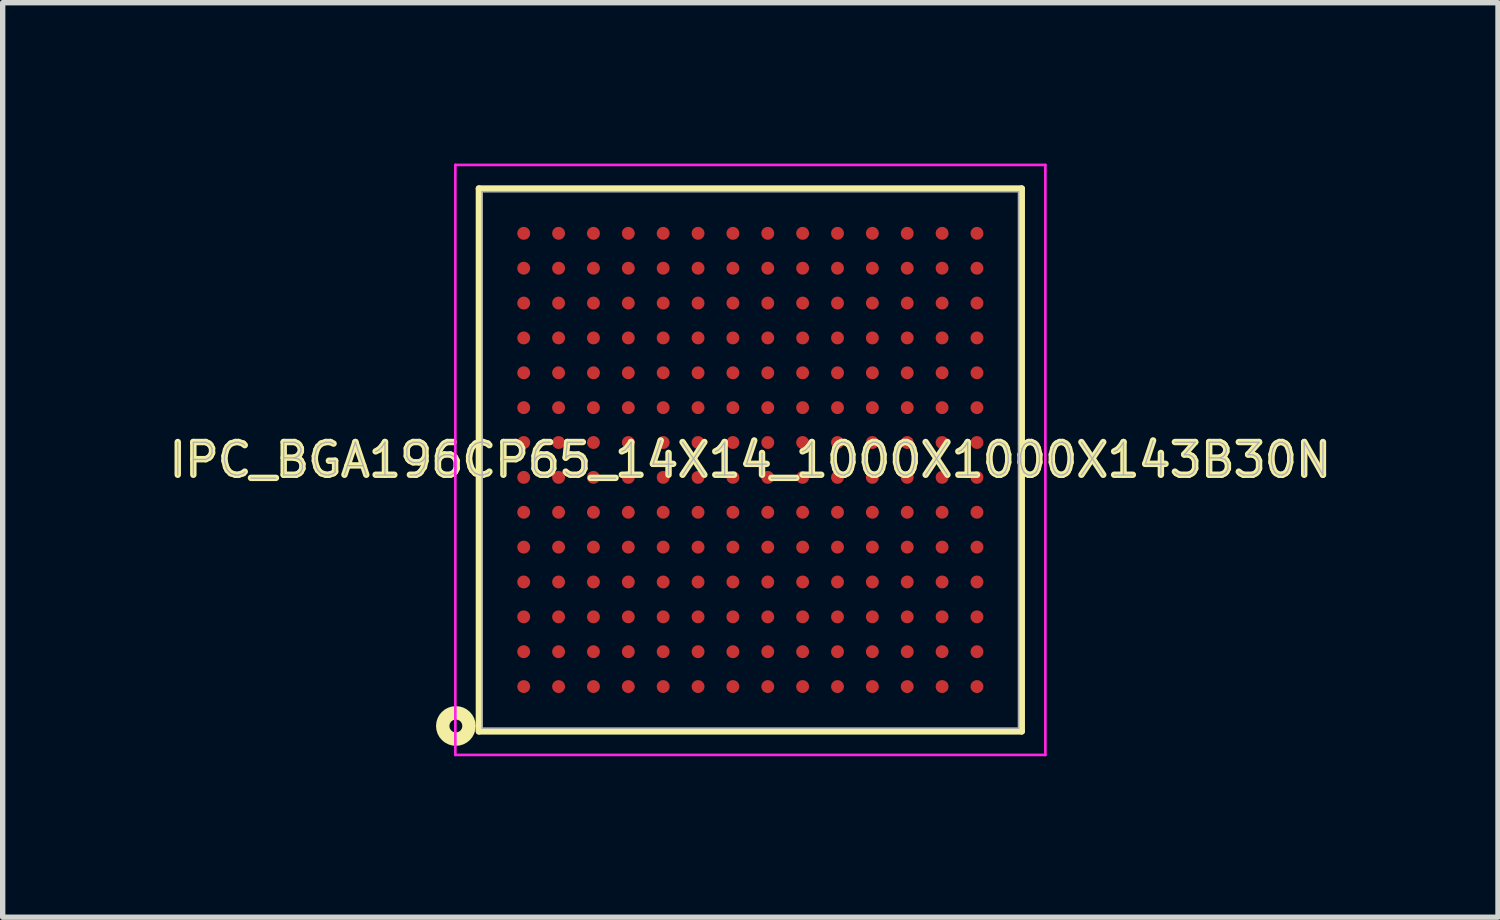
<source format=kicad_pcb>
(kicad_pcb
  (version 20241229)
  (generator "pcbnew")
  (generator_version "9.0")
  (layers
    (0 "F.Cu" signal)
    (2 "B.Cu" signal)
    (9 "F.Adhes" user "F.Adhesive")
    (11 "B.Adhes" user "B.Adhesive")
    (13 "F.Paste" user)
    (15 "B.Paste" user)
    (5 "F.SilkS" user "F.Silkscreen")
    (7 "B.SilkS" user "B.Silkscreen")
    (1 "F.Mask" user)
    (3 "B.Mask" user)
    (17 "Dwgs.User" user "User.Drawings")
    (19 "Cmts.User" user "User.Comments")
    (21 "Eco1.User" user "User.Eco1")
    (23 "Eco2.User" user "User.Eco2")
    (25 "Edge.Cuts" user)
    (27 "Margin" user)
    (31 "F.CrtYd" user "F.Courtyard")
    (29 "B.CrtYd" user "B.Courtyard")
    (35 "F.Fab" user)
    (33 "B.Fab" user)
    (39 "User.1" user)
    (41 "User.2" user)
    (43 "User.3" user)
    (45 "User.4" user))
  (footprint "IPC_BGA196CP65_14X14_1000X1000X143B30N"
    (layer "F.Cu")
    (at 10.939 5.525)
    (property "Reference" "IPC_BGA196CP65_14X14_1000X1000X143B30N" (at 0 0 0) (layer "F.SilkS") (effects (font (size 0.61 0.61) (thickness 0.12))))
    (attr smd)
    (fp_line (start -5.06 -5.06) (end -5.06 5.06) (stroke (width 0.12) (type solid)) (layer "F.SilkS"))
    (fp_line (start -5.06 5.06) (end 5.06 5.06) (stroke (width 0.12) (type solid)) (layer "F.SilkS"))
    (fp_line (start 5.06 -5.06) (end -5.06 -5.06) (stroke (width 0.12) (type solid)) (layer "F.SilkS"))
    (fp_line (start 5.06 5.06) (end 5.06 -5.06) (stroke (width 0.12) (type solid)) (layer "F.SilkS"))
    (fp_circle (center -5.49 4.96) (end -5.37 4.96) (stroke (width 0.25) (type solid)) (fill no) (layer "F.SilkS"))
    (fp_line (start -5.5 -5.5) (end 5.5 -5.5) (stroke (width 0.05) (type solid)) (layer "F.CrtYd"))
    (fp_line (start -5.5 5.5) (end -5.5 -5.5) (stroke (width 0.05) (type solid)) (layer "F.CrtYd"))
    (fp_line (start 5.5 -5.5) (end 5.5 5.5) (stroke (width 0.05) (type solid)) (layer "F.CrtYd"))
    (fp_line (start 5.5 5.5) (end -5.5 5.5) (stroke (width 0.05) (type solid)) (layer "F.CrtYd"))
    (fp_line (start -5 -5) (end 5 -5) (stroke (width 0.03) (type solid)) (layer "F.Fab"))
    (fp_line (start -5 5) (end -5 -5) (stroke (width 0.03) (type solid)) (layer "F.Fab"))
    (fp_line (start 5 -5) (end 5 5) (stroke (width 0.03) (type solid)) (layer "F.Fab"))
    (fp_line (start 5 5) (end -5 5) (stroke (width 0.03) (type solid)) (layer "F.Fab"))
    (fp_text user "${REFERENCE}" (at 0 0 0) (layer "F.Fab") (effects (font (size 0.61 0.61) (thickness 0.025))))
    (pad "A1" smd circle (at -4.225 4.225) (size 0.24 0.24) (layers "F.Cu" "F.Mask" "F.Paste"))
    (pad "A2" smd circle (at -4.225 3.575) (size 0.24 0.24) (layers "F.Cu" "F.Mask" "F.Paste"))
    (pad "A3" smd circle (at -4.225 2.925) (size 0.24 0.24) (layers "F.Cu" "F.Mask" "F.Paste"))
    (pad "A4" smd circle (at -4.225 2.275) (size 0.24 0.24) (layers "F.Cu" "F.Mask" "F.Paste"))
    (pad "A5" smd circle (at -4.225 1.625) (size 0.24 0.24) (layers "F.Cu" "F.Mask" "F.Paste"))
    (pad "A6" smd circle (at -4.225 0.975) (size 0.24 0.24) (layers "F.Cu" "F.Mask" "F.Paste"))
    (pad "A7" smd circle (at -4.225 0.325) (size 0.24 0.24) (layers "F.Cu" "F.Mask" "F.Paste"))
    (pad "A8" smd circle (at -4.225 -0.325) (size 0.24 0.24) (layers "F.Cu" "F.Mask" "F.Paste"))
    (pad "A9" smd circle (at -4.225 -0.975) (size 0.24 0.24) (layers "F.Cu" "F.Mask" "F.Paste"))
    (pad "A10" smd circle (at -4.225 -1.625) (size 0.24 0.24) (layers "F.Cu" "F.Mask" "F.Paste"))
    (pad "A11" smd circle (at -4.225 -2.275) (size 0.24 0.24) (layers "F.Cu" "F.Mask" "F.Paste"))
    (pad "A12" smd circle (at -4.225 -2.925) (size 0.24 0.24) (layers "F.Cu" "F.Mask" "F.Paste"))
    (pad "A13" smd circle (at -4.225 -3.575) (size 0.24 0.24) (layers "F.Cu" "F.Mask" "F.Paste"))
    (pad "A14" smd circle (at -4.225 -4.225) (size 0.24 0.24) (layers "F.Cu" "F.Mask" "F.Paste"))
    (pad "B1" smd circle (at -3.575 4.225) (size 0.24 0.24) (layers "F.Cu" "F.Mask" "F.Paste"))
    (pad "B2" smd circle (at -3.575 3.575) (size 0.24 0.24) (layers "F.Cu" "F.Mask" "F.Paste"))
    (pad "B3" smd circle (at -3.575 2.925) (size 0.24 0.24) (layers "F.Cu" "F.Mask" "F.Paste"))
    (pad "B4" smd circle (at -3.575 2.275) (size 0.24 0.24) (layers "F.Cu" "F.Mask" "F.Paste"))
    (pad "B5" smd circle (at -3.575 1.625) (size 0.24 0.24) (layers "F.Cu" "F.Mask" "F.Paste"))
    (pad "B6" smd circle (at -3.575 0.975) (size 0.24 0.24) (layers "F.Cu" "F.Mask" "F.Paste"))
    (pad "B7" smd circle (at -3.575 0.325) (size 0.24 0.24) (layers "F.Cu" "F.Mask" "F.Paste"))
    (pad "B8" smd circle (at -3.575 -0.325) (size 0.24 0.24) (layers "F.Cu" "F.Mask" "F.Paste"))
    (pad "B9" smd circle (at -3.575 -0.975) (size 0.24 0.24) (layers "F.Cu" "F.Mask" "F.Paste"))
    (pad "B10" smd circle (at -3.575 -1.625) (size 0.24 0.24) (layers "F.Cu" "F.Mask" "F.Paste"))
    (pad "B11" smd circle (at -3.575 -2.275) (size 0.24 0.24) (layers "F.Cu" "F.Mask" "F.Paste"))
    (pad "B12" smd circle (at -3.575 -2.925) (size 0.24 0.24) (layers "F.Cu" "F.Mask" "F.Paste"))
    (pad "B13" smd circle (at -3.575 -3.575) (size 0.24 0.24) (layers "F.Cu" "F.Mask" "F.Paste"))
    (pad "B14" smd circle (at -3.575 -4.225) (size 0.24 0.24) (layers "F.Cu" "F.Mask" "F.Paste"))
    (pad "C1" smd circle (at -2.925 4.225) (size 0.24 0.24) (layers "F.Cu" "F.Mask" "F.Paste"))
    (pad "C2" smd circle (at -2.925 3.575) (size 0.24 0.24) (layers "F.Cu" "F.Mask" "F.Paste"))
    (pad "C3" smd circle (at -2.925 2.925) (size 0.24 0.24) (layers "F.Cu" "F.Mask" "F.Paste"))
    (pad "C4" smd circle (at -2.925 2.275) (size 0.24 0.24) (layers "F.Cu" "F.Mask" "F.Paste"))
    (pad "C5" smd circle (at -2.925 1.625) (size 0.24 0.24) (layers "F.Cu" "F.Mask" "F.Paste"))
    (pad "C6" smd circle (at -2.925 0.975) (size 0.24 0.24) (layers "F.Cu" "F.Mask" "F.Paste"))
    (pad "C7" smd circle (at -2.925 0.325) (size 0.24 0.24) (layers "F.Cu" "F.Mask" "F.Paste"))
    (pad "C8" smd circle (at -2.925 -0.325) (size 0.24 0.24) (layers "F.Cu" "F.Mask" "F.Paste"))
    (pad "C9" smd circle (at -2.925 -0.975) (size 0.24 0.24) (layers "F.Cu" "F.Mask" "F.Paste"))
    (pad "C10" smd circle (at -2.925 -1.625) (size 0.24 0.24) (layers "F.Cu" "F.Mask" "F.Paste"))
    (pad "C11" smd circle (at -2.925 -2.275) (size 0.24 0.24) (layers "F.Cu" "F.Mask" "F.Paste"))
    (pad "C12" smd circle (at -2.925 -2.925) (size 0.24 0.24) (layers "F.Cu" "F.Mask" "F.Paste"))
    (pad "C13" smd circle (at -2.925 -3.575) (size 0.24 0.24) (layers "F.Cu" "F.Mask" "F.Paste"))
    (pad "C14" smd circle (at -2.925 -4.225) (size 0.24 0.24) (layers "F.Cu" "F.Mask" "F.Paste"))
    (pad "D1" smd circle (at -2.275 4.225) (size 0.24 0.24) (layers "F.Cu" "F.Mask" "F.Paste"))
    (pad "D2" smd circle (at -2.275 3.575) (size 0.24 0.24) (layers "F.Cu" "F.Mask" "F.Paste"))
    (pad "D3" smd circle (at -2.275 2.925) (size 0.24 0.24) (layers "F.Cu" "F.Mask" "F.Paste"))
    (pad "D4" smd circle (at -2.275 2.275) (size 0.24 0.24) (layers "F.Cu" "F.Mask" "F.Paste"))
    (pad "D5" smd circle (at -2.275 1.625) (size 0.24 0.24) (layers "F.Cu" "F.Mask" "F.Paste"))
    (pad "D6" smd circle (at -2.275 0.975) (size 0.24 0.24) (layers "F.Cu" "F.Mask" "F.Paste"))
    (pad "D7" smd circle (at -2.275 0.325) (size 0.24 0.24) (layers "F.Cu" "F.Mask" "F.Paste"))
    (pad "D8" smd circle (at -2.275 -0.325) (size 0.24 0.24) (layers "F.Cu" "F.Mask" "F.Paste"))
    (pad "D9" smd circle (at -2.275 -0.975) (size 0.24 0.24) (layers "F.Cu" "F.Mask" "F.Paste"))
    (pad "D10" smd circle (at -2.275 -1.625) (size 0.24 0.24) (layers "F.Cu" "F.Mask" "F.Paste"))
    (pad "D11" smd circle (at -2.275 -2.275) (size 0.24 0.24) (layers "F.Cu" "F.Mask" "F.Paste"))
    (pad "D12" smd circle (at -2.275 -2.925) (size 0.24 0.24) (layers "F.Cu" "F.Mask" "F.Paste"))
    (pad "D13" smd circle (at -2.275 -3.575) (size 0.24 0.24) (layers "F.Cu" "F.Mask" "F.Paste"))
    (pad "D14" smd circle (at -2.275 -4.225) (size 0.24 0.24) (layers "F.Cu" "F.Mask" "F.Paste"))
    (pad "E1" smd circle (at -1.625 4.225) (size 0.24 0.24) (layers "F.Cu" "F.Mask" "F.Paste"))
    (pad "E2" smd circle (at -1.625 3.575) (size 0.24 0.24) (layers "F.Cu" "F.Mask" "F.Paste"))
    (pad "E3" smd circle (at -1.625 2.925) (size 0.24 0.24) (layers "F.Cu" "F.Mask" "F.Paste"))
    (pad "E4" smd circle (at -1.625 2.275) (size 0.24 0.24) (layers "F.Cu" "F.Mask" "F.Paste"))
    (pad "E5" smd circle (at -1.625 1.625) (size 0.24 0.24) (layers "F.Cu" "F.Mask" "F.Paste"))
    (pad "E6" smd circle (at -1.625 0.975) (size 0.24 0.24) (layers "F.Cu" "F.Mask" "F.Paste"))
    (pad "E7" smd circle (at -1.625 0.325) (size 0.24 0.24) (layers "F.Cu" "F.Mask" "F.Paste"))
    (pad "E8" smd circle (at -1.625 -0.325) (size 0.24 0.24) (layers "F.Cu" "F.Mask" "F.Paste"))
    (pad "E9" smd circle (at -1.625 -0.975) (size 0.24 0.24) (layers "F.Cu" "F.Mask" "F.Paste"))
    (pad "E10" smd circle (at -1.625 -1.625) (size 0.24 0.24) (layers "F.Cu" "F.Mask" "F.Paste"))
    (pad "E11" smd circle (at -1.625 -2.275) (size 0.24 0.24) (layers "F.Cu" "F.Mask" "F.Paste"))
    (pad "E12" smd circle (at -1.625 -2.925) (size 0.24 0.24) (layers "F.Cu" "F.Mask" "F.Paste"))
    (pad "E13" smd circle (at -1.625 -3.575) (size 0.24 0.24) (layers "F.Cu" "F.Mask" "F.Paste"))
    (pad "E14" smd circle (at -1.625 -4.225) (size 0.24 0.24) (layers "F.Cu" "F.Mask" "F.Paste"))
    (pad "F1" smd circle (at -0.975 4.225) (size 0.24 0.24) (layers "F.Cu" "F.Mask" "F.Paste"))
    (pad "F2" smd circle (at -0.975 3.575) (size 0.24 0.24) (layers "F.Cu" "F.Mask" "F.Paste"))
    (pad "F3" smd circle (at -0.975 2.925) (size 0.24 0.24) (layers "F.Cu" "F.Mask" "F.Paste"))
    (pad "F4" smd circle (at -0.975 2.275) (size 0.24 0.24) (layers "F.Cu" "F.Mask" "F.Paste"))
    (pad "F5" smd circle (at -0.975 1.625) (size 0.24 0.24) (layers "F.Cu" "F.Mask" "F.Paste"))
    (pad "F6" smd circle (at -0.975 0.975) (size 0.24 0.24) (layers "F.Cu" "F.Mask" "F.Paste"))
    (pad "F7" smd circle (at -0.975 0.325) (size 0.24 0.24) (layers "F.Cu" "F.Mask" "F.Paste"))
    (pad "F8" smd circle (at -0.975 -0.325) (size 0.24 0.24) (layers "F.Cu" "F.Mask" "F.Paste"))
    (pad "F9" smd circle (at -0.975 -0.975) (size 0.24 0.24) (layers "F.Cu" "F.Mask" "F.Paste"))
    (pad "F10" smd circle (at -0.975 -1.625) (size 0.24 0.24) (layers "F.Cu" "F.Mask" "F.Paste"))
    (pad "F11" smd circle (at -0.975 -2.275) (size 0.24 0.24) (layers "F.Cu" "F.Mask" "F.Paste"))
    (pad "F12" smd circle (at -0.975 -2.925) (size 0.24 0.24) (layers "F.Cu" "F.Mask" "F.Paste"))
    (pad "F13" smd circle (at -0.975 -3.575) (size 0.24 0.24) (layers "F.Cu" "F.Mask" "F.Paste"))
    (pad "F14" smd circle (at -0.975 -4.225) (size 0.24 0.24) (layers "F.Cu" "F.Mask" "F.Paste"))
    (pad "G1" smd circle (at -0.325 4.225) (size 0.24 0.24) (layers "F.Cu" "F.Mask" "F.Paste"))
    (pad "G2" smd circle (at -0.325 3.575) (size 0.24 0.24) (layers "F.Cu" "F.Mask" "F.Paste"))
    (pad "G3" smd circle (at -0.325 2.925) (size 0.24 0.24) (layers "F.Cu" "F.Mask" "F.Paste"))
    (pad "G4" smd circle (at -0.325 2.275) (size 0.24 0.24) (layers "F.Cu" "F.Mask" "F.Paste"))
    (pad "G5" smd circle (at -0.325 1.625) (size 0.24 0.24) (layers "F.Cu" "F.Mask" "F.Paste"))
    (pad "G6" smd circle (at -0.325 0.975) (size 0.24 0.24) (layers "F.Cu" "F.Mask" "F.Paste"))
    (pad "G7" smd circle (at -0.325 0.325) (size 0.24 0.24) (layers "F.Cu" "F.Mask" "F.Paste"))
    (pad "G8" smd circle (at -0.325 -0.325) (size 0.24 0.24) (layers "F.Cu" "F.Mask" "F.Paste"))
    (pad "G9" smd circle (at -0.325 -0.975) (size 0.24 0.24) (layers "F.Cu" "F.Mask" "F.Paste"))
    (pad "G10" smd circle (at -0.325 -1.625) (size 0.24 0.24) (layers "F.Cu" "F.Mask" "F.Paste"))
    (pad "G11" smd circle (at -0.325 -2.275) (size 0.24 0.24) (layers "F.Cu" "F.Mask" "F.Paste"))
    (pad "G12" smd circle (at -0.325 -2.925) (size 0.24 0.24) (layers "F.Cu" "F.Mask" "F.Paste"))
    (pad "G13" smd circle (at -0.325 -3.575) (size 0.24 0.24) (layers "F.Cu" "F.Mask" "F.Paste"))
    (pad "G14" smd circle (at -0.325 -4.225) (size 0.24 0.24) (layers "F.Cu" "F.Mask" "F.Paste"))
    (pad "H1" smd circle (at 0.325 4.225) (size 0.24 0.24) (layers "F.Cu" "F.Mask" "F.Paste"))
    (pad "H2" smd circle (at 0.325 3.575) (size 0.24 0.24) (layers "F.Cu" "F.Mask" "F.Paste"))
    (pad "H3" smd circle (at 0.325 2.925) (size 0.24 0.24) (layers "F.Cu" "F.Mask" "F.Paste"))
    (pad "H4" smd circle (at 0.325 2.275) (size 0.24 0.24) (layers "F.Cu" "F.Mask" "F.Paste"))
    (pad "H5" smd circle (at 0.325 1.625) (size 0.24 0.24) (layers "F.Cu" "F.Mask" "F.Paste"))
    (pad "H6" smd circle (at 0.325 0.975) (size 0.24 0.24) (layers "F.Cu" "F.Mask" "F.Paste"))
    (pad "H7" smd circle (at 0.325 0.325) (size 0.24 0.24) (layers "F.Cu" "F.Mask" "F.Paste"))
    (pad "H8" smd circle (at 0.325 -0.325) (size 0.24 0.24) (layers "F.Cu" "F.Mask" "F.Paste"))
    (pad "H9" smd circle (at 0.325 -0.975) (size 0.24 0.24) (layers "F.Cu" "F.Mask" "F.Paste"))
    (pad "H10" smd circle (at 0.325 -1.625) (size 0.24 0.24) (layers "F.Cu" "F.Mask" "F.Paste"))
    (pad "H11" smd circle (at 0.325 -2.275) (size 0.24 0.24) (layers "F.Cu" "F.Mask" "F.Paste"))
    (pad "H12" smd circle (at 0.325 -2.925) (size 0.24 0.24) (layers "F.Cu" "F.Mask" "F.Paste"))
    (pad "H13" smd circle (at 0.325 -3.575) (size 0.24 0.24) (layers "F.Cu" "F.Mask" "F.Paste"))
    (pad "H14" smd circle (at 0.325 -4.225) (size 0.24 0.24) (layers "F.Cu" "F.Mask" "F.Paste"))
    (pad "J1" smd circle (at 0.975 4.225) (size 0.24 0.24) (layers "F.Cu" "F.Mask" "F.Paste"))
    (pad "J2" smd circle (at 0.975 3.575) (size 0.24 0.24) (layers "F.Cu" "F.Mask" "F.Paste"))
    (pad "J3" smd circle (at 0.975 2.925) (size 0.24 0.24) (layers "F.Cu" "F.Mask" "F.Paste"))
    (pad "J4" smd circle (at 0.975 2.275) (size 0.24 0.24) (layers "F.Cu" "F.Mask" "F.Paste"))
    (pad "J5" smd circle (at 0.975 1.625) (size 0.24 0.24) (layers "F.Cu" "F.Mask" "F.Paste"))
    (pad "J6" smd circle (at 0.975 0.975) (size 0.24 0.24) (layers "F.Cu" "F.Mask" "F.Paste"))
    (pad "J7" smd circle (at 0.975 0.325) (size 0.24 0.24) (layers "F.Cu" "F.Mask" "F.Paste"))
    (pad "J8" smd circle (at 0.975 -0.325) (size 0.24 0.24) (layers "F.Cu" "F.Mask" "F.Paste"))
    (pad "J9" smd circle (at 0.975 -0.975) (size 0.24 0.24) (layers "F.Cu" "F.Mask" "F.Paste"))
    (pad "J10" smd circle (at 0.975 -1.625) (size 0.24 0.24) (layers "F.Cu" "F.Mask" "F.Paste"))
    (pad "J11" smd circle (at 0.975 -2.275) (size 0.24 0.24) (layers "F.Cu" "F.Mask" "F.Paste"))
    (pad "J12" smd circle (at 0.975 -2.925) (size 0.24 0.24) (layers "F.Cu" "F.Mask" "F.Paste"))
    (pad "J13" smd circle (at 0.975 -3.575) (size 0.24 0.24) (layers "F.Cu" "F.Mask" "F.Paste"))
    (pad "J14" smd circle (at 0.975 -4.225) (size 0.24 0.24) (layers "F.Cu" "F.Mask" "F.Paste"))
    (pad "K1" smd circle (at 1.625 4.225) (size 0.24 0.24) (layers "F.Cu" "F.Mask" "F.Paste"))
    (pad "K2" smd circle (at 1.625 3.575) (size 0.24 0.24) (layers "F.Cu" "F.Mask" "F.Paste"))
    (pad "K3" smd circle (at 1.625 2.925) (size 0.24 0.24) (layers "F.Cu" "F.Mask" "F.Paste"))
    (pad "K4" smd circle (at 1.625 2.275) (size 0.24 0.24) (layers "F.Cu" "F.Mask" "F.Paste"))
    (pad "K5" smd circle (at 1.625 1.625) (size 0.24 0.24) (layers "F.Cu" "F.Mask" "F.Paste"))
    (pad "K6" smd circle (at 1.625 0.975) (size 0.24 0.24) (layers "F.Cu" "F.Mask" "F.Paste"))
    (pad "K7" smd circle (at 1.625 0.325) (size 0.24 0.24) (layers "F.Cu" "F.Mask" "F.Paste"))
    (pad "K8" smd circle (at 1.625 -0.325) (size 0.24 0.24) (layers "F.Cu" "F.Mask" "F.Paste"))
    (pad "K9" smd circle (at 1.625 -0.975) (size 0.24 0.24) (layers "F.Cu" "F.Mask" "F.Paste"))
    (pad "K10" smd circle (at 1.625 -1.625) (size 0.24 0.24) (layers "F.Cu" "F.Mask" "F.Paste"))
    (pad "K11" smd circle (at 1.625 -2.275) (size 0.24 0.24) (layers "F.Cu" "F.Mask" "F.Paste"))
    (pad "K12" smd circle (at 1.625 -2.925) (size 0.24 0.24) (layers "F.Cu" "F.Mask" "F.Paste"))
    (pad "K13" smd circle (at 1.625 -3.575) (size 0.24 0.24) (layers "F.Cu" "F.Mask" "F.Paste"))
    (pad "K14" smd circle (at 1.625 -4.225) (size 0.24 0.24) (layers "F.Cu" "F.Mask" "F.Paste"))
    (pad "L1" smd circle (at 2.275 4.225) (size 0.24 0.24) (layers "F.Cu" "F.Mask" "F.Paste"))
    (pad "L2" smd circle (at 2.275 3.575) (size 0.24 0.24) (layers "F.Cu" "F.Mask" "F.Paste"))
    (pad "L3" smd circle (at 2.275 2.925) (size 0.24 0.24) (layers "F.Cu" "F.Mask" "F.Paste"))
    (pad "L4" smd circle (at 2.275 2.275) (size 0.24 0.24) (layers "F.Cu" "F.Mask" "F.Paste"))
    (pad "L5" smd circle (at 2.275 1.625) (size 0.24 0.24) (layers "F.Cu" "F.Mask" "F.Paste"))
    (pad "L6" smd circle (at 2.275 0.975) (size 0.24 0.24) (layers "F.Cu" "F.Mask" "F.Paste"))
    (pad "L7" smd circle (at 2.275 0.325) (size 0.24 0.24) (layers "F.Cu" "F.Mask" "F.Paste"))
    (pad "L8" smd circle (at 2.275 -0.325) (size 0.24 0.24) (layers "F.Cu" "F.Mask" "F.Paste"))
    (pad "L9" smd circle (at 2.275 -0.975) (size 0.24 0.24) (layers "F.Cu" "F.Mask" "F.Paste"))
    (pad "L10" smd circle (at 2.275 -1.625) (size 0.24 0.24) (layers "F.Cu" "F.Mask" "F.Paste"))
    (pad "L11" smd circle (at 2.275 -2.275) (size 0.24 0.24) (layers "F.Cu" "F.Mask" "F.Paste"))
    (pad "L12" smd circle (at 2.275 -2.925) (size 0.24 0.24) (layers "F.Cu" "F.Mask" "F.Paste"))
    (pad "L13" smd circle (at 2.275 -3.575) (size 0.24 0.24) (layers "F.Cu" "F.Mask" "F.Paste"))
    (pad "L14" smd circle (at 2.275 -4.225) (size 0.24 0.24) (layers "F.Cu" "F.Mask" "F.Paste"))
    (pad "M1" smd circle (at 2.925 4.225) (size 0.24 0.24) (layers "F.Cu" "F.Mask" "F.Paste"))
    (pad "M2" smd circle (at 2.925 3.575) (size 0.24 0.24) (layers "F.Cu" "F.Mask" "F.Paste"))
    (pad "M3" smd circle (at 2.925 2.925) (size 0.24 0.24) (layers "F.Cu" "F.Mask" "F.Paste"))
    (pad "M4" smd circle (at 2.925 2.275) (size 0.24 0.24) (layers "F.Cu" "F.Mask" "F.Paste"))
    (pad "M5" smd circle (at 2.925 1.625) (size 0.24 0.24) (layers "F.Cu" "F.Mask" "F.Paste"))
    (pad "M6" smd circle (at 2.925 0.975) (size 0.24 0.24) (layers "F.Cu" "F.Mask" "F.Paste"))
    (pad "M7" smd circle (at 2.925 0.325) (size 0.24 0.24) (layers "F.Cu" "F.Mask" "F.Paste"))
    (pad "M8" smd circle (at 2.925 -0.325) (size 0.24 0.24) (layers "F.Cu" "F.Mask" "F.Paste"))
    (pad "M9" smd circle (at 2.925 -0.975) (size 0.24 0.24) (layers "F.Cu" "F.Mask" "F.Paste"))
    (pad "M10" smd circle (at 2.925 -1.625) (size 0.24 0.24) (layers "F.Cu" "F.Mask" "F.Paste"))
    (pad "M11" smd circle (at 2.925 -2.275) (size 0.24 0.24) (layers "F.Cu" "F.Mask" "F.Paste"))
    (pad "M12" smd circle (at 2.925 -2.925) (size 0.24 0.24) (layers "F.Cu" "F.Mask" "F.Paste"))
    (pad "M13" smd circle (at 2.925 -3.575) (size 0.24 0.24) (layers "F.Cu" "F.Mask" "F.Paste"))
    (pad "M14" smd circle (at 2.925 -4.225) (size 0.24 0.24) (layers "F.Cu" "F.Mask" "F.Paste"))
    (pad "N1" smd circle (at 3.575 4.225) (size 0.24 0.24) (layers "F.Cu" "F.Mask" "F.Paste"))
    (pad "N2" smd circle (at 3.575 3.575) (size 0.24 0.24) (layers "F.Cu" "F.Mask" "F.Paste"))
    (pad "N3" smd circle (at 3.575 2.925) (size 0.24 0.24) (layers "F.Cu" "F.Mask" "F.Paste"))
    (pad "N4" smd circle (at 3.575 2.275) (size 0.24 0.24) (layers "F.Cu" "F.Mask" "F.Paste"))
    (pad "N5" smd circle (at 3.575 1.625) (size 0.24 0.24) (layers "F.Cu" "F.Mask" "F.Paste"))
    (pad "N6" smd circle (at 3.575 0.975) (size 0.24 0.24) (layers "F.Cu" "F.Mask" "F.Paste"))
    (pad "N7" smd circle (at 3.575 0.325) (size 0.24 0.24) (layers "F.Cu" "F.Mask" "F.Paste"))
    (pad "N8" smd circle (at 3.575 -0.325) (size 0.24 0.24) (layers "F.Cu" "F.Mask" "F.Paste"))
    (pad "N9" smd circle (at 3.575 -0.975) (size 0.24 0.24) (layers "F.Cu" "F.Mask" "F.Paste"))
    (pad "N10" smd circle (at 3.575 -1.625) (size 0.24 0.24) (layers "F.Cu" "F.Mask" "F.Paste"))
    (pad "N11" smd circle (at 3.575 -2.275) (size 0.24 0.24) (layers "F.Cu" "F.Mask" "F.Paste"))
    (pad "N12" smd circle (at 3.575 -2.925) (size 0.24 0.24) (layers "F.Cu" "F.Mask" "F.Paste"))
    (pad "N13" smd circle (at 3.575 -3.575) (size 0.24 0.24) (layers "F.Cu" "F.Mask" "F.Paste"))
    (pad "N14" smd circle (at 3.575 -4.225) (size 0.24 0.24) (layers "F.Cu" "F.Mask" "F.Paste"))
    (pad "P1" smd circle (at 4.225 4.225) (size 0.24 0.24) (layers "F.Cu" "F.Mask" "F.Paste"))
    (pad "P2" smd circle (at 4.225 3.575) (size 0.24 0.24) (layers "F.Cu" "F.Mask" "F.Paste"))
    (pad "P3" smd circle (at 4.225 2.925) (size 0.24 0.24) (layers "F.Cu" "F.Mask" "F.Paste"))
    (pad "P4" smd circle (at 4.225 2.275) (size 0.24 0.24) (layers "F.Cu" "F.Mask" "F.Paste"))
    (pad "P5" smd circle (at 4.225 1.625) (size 0.24 0.24) (layers "F.Cu" "F.Mask" "F.Paste"))
    (pad "P6" smd circle (at 4.225 0.975) (size 0.24 0.24) (layers "F.Cu" "F.Mask" "F.Paste"))
    (pad "P7" smd circle (at 4.225 0.325) (size 0.24 0.24) (layers "F.Cu" "F.Mask" "F.Paste"))
    (pad "P8" smd circle (at 4.225 -0.325) (size 0.24 0.24) (layers "F.Cu" "F.Mask" "F.Paste"))
    (pad "P9" smd circle (at 4.225 -0.975) (size 0.24 0.24) (layers "F.Cu" "F.Mask" "F.Paste"))
    (pad "P10" smd circle (at 4.225 -1.625) (size 0.24 0.24) (layers "F.Cu" "F.Mask" "F.Paste"))
    (pad "P11" smd circle (at 4.225 -2.275) (size 0.24 0.24) (layers "F.Cu" "F.Mask" "F.Paste"))
    (pad "P12" smd circle (at 4.225 -2.925) (size 0.24 0.24) (layers "F.Cu" "F.Mask" "F.Paste"))
    (pad "P13" smd circle (at 4.225 -3.575) (size 0.24 0.24) (layers "F.Cu" "F.Mask" "F.Paste"))
    (pad "P14" smd circle (at 4.225 -4.225) (size 0.24 0.24) (layers "F.Cu" "F.Mask" "F.Paste")))
  (gr_rect
    (start -3 -3)
    (end 24.878 14.05)
    (stroke (width 0.1) (type default))
    (fill no)
    (layer "Edge.Cuts")))
</source>
